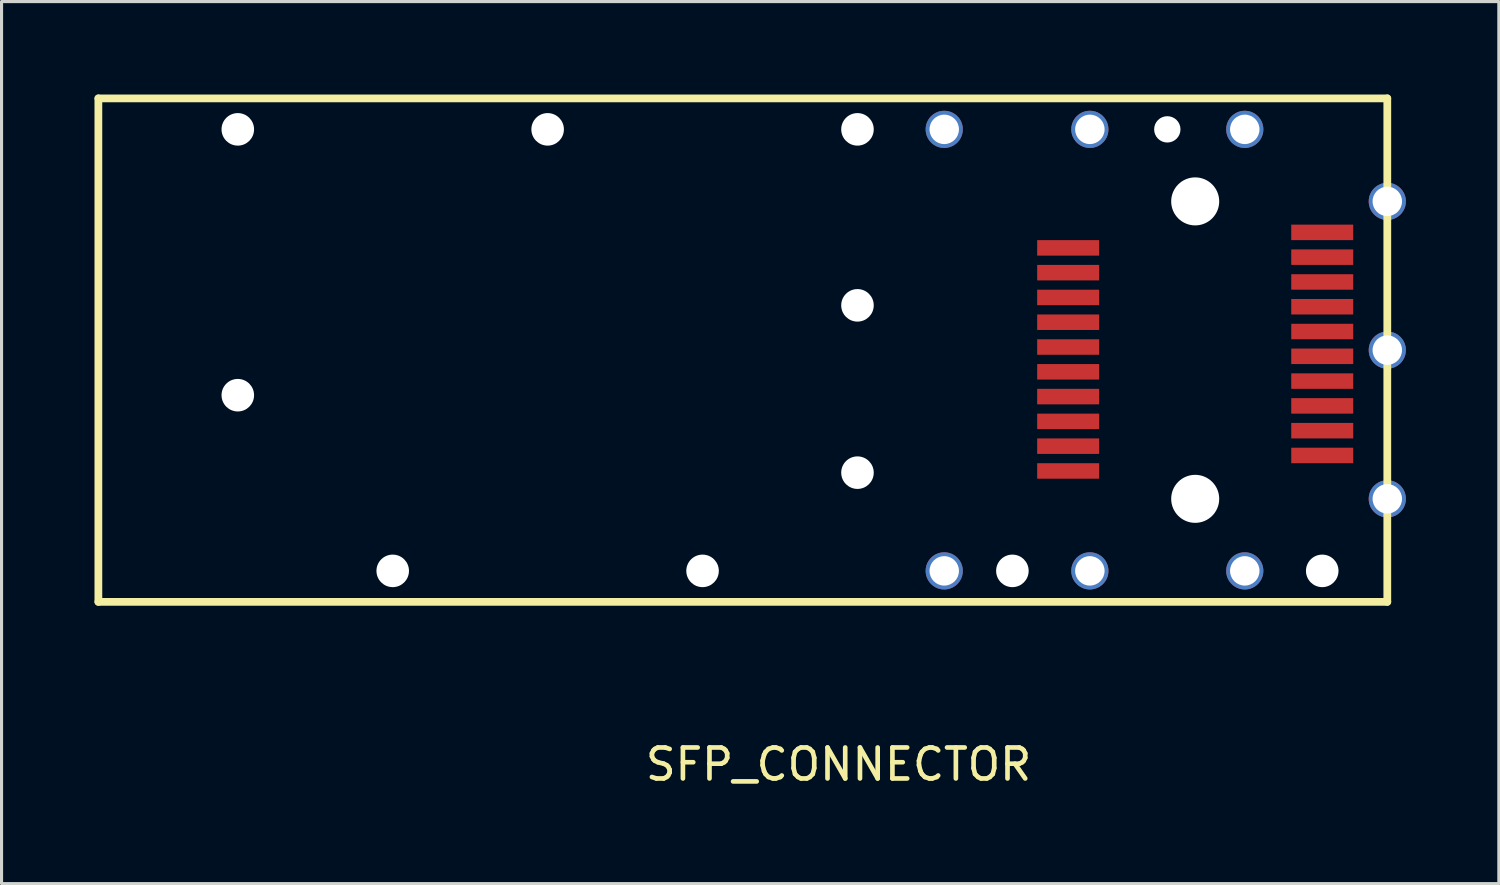
<source format=kicad_pcb>
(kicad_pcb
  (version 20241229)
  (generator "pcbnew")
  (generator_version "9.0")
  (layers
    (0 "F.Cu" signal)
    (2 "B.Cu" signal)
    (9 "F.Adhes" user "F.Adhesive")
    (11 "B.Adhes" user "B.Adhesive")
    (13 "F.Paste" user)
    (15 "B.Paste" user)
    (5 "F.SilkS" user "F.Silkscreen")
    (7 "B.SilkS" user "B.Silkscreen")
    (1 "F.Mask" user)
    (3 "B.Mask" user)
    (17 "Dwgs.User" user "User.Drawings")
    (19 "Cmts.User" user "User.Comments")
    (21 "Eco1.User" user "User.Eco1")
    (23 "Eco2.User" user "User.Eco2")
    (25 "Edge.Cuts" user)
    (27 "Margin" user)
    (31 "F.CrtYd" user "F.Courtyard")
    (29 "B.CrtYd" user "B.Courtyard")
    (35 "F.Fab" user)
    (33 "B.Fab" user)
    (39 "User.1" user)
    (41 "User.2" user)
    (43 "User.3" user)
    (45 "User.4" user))
  (footprint "SFP_CONNECTOR"
    (layer "F.Cu")
    (at 34.625 8.25)
    (property "Reference" "SFP_CONNECTOR" (at -10.61 13.37 0) (layer "F.SilkS") (effects (font (size 1 1) (thickness 0.15))))
    (attr through_hole)
    (fp_line (start -34.5 -8.125) (end -34.5 8.125) (stroke (width 0.25) (type solid)) (layer "F.SilkS"))
    (fp_line (start -34.5 -8.125) (end 7.1 -8.125) (stroke (width 0.25) (type solid)) (layer "F.SilkS"))
    (fp_line (start -34.5 8.125) (end 7.1 8.125) (stroke (width 0.25) (type solid)) (layer "F.SilkS"))
    (fp_line (start 7.1 -8.125) (end 7.1 8.125) (stroke (width 0.25) (type solid)) (layer "F.SilkS"))
    (pad "" np_thru_hole circle (at -30 -7.125) (size 1.05 1.05) (drill 1.05) (layers "*.Cu" "*.Mask"))
    (pad "" np_thru_hole circle (at -30 1.455) (size 1.05 1.05) (drill 1.05) (layers "*.Cu" "*.Mask"))
    (pad "" np_thru_hole circle (at -25 7.125) (size 1.05 1.05) (drill 1.05) (layers "*.Cu" "*.Mask"))
    (pad "" np_thru_hole circle (at -20 -7.125) (size 1.05 1.05) (drill 1.05) (layers "*.Cu" "*.Mask"))
    (pad "" np_thru_hole circle (at -15 7.125) (size 1.05 1.05) (drill 1.05) (layers "*.Cu" "*.Mask"))
    (pad "" np_thru_hole circle (at -10 -7.125) (size 1.05 1.05) (drill 1.05) (layers "*.Cu" "*.Mask"))
    (pad "" np_thru_hole circle (at -10 -1.445) (size 1.05 1.05) (drill 1.05) (layers "*.Cu" "*.Mask"))
    (pad "" np_thru_hole circle (at -10 3.955) (size 1.05 1.05) (drill 1.05) (layers "*.Cu" "*.Mask"))
    (pad "" np_thru_hole circle (at -5 7.125) (size 1.05 1.05) (drill 1.05) (layers "*.Cu" "*.Mask"))
    (pad "" np_thru_hole circle (at 0 -7.125) (size 0.85 0.85) (drill 0.85) (layers "*.Cu" "*.Mask"))
    (pad "" np_thru_hole circle (at 0.9 -4.8) (size 1.55 1.55) (drill 1.55) (layers "*.Cu" "*.Mask"))
    (pad "" np_thru_hole circle (at 0.9 4.8) (size 1.55 1.55) (drill 1.55) (layers "*.Cu" "*.Mask"))
    (pad "" np_thru_hole circle (at 5 7.125) (size 1.05 1.05) (drill 1.05) (layers "*.Cu" "*.Mask"))
    (pad "1" smd rect (at -3.2 -3.3) (size 2 0.5) (layers "F.Cu" "F.Mask" "F.Paste"))
    (pad "2" smd rect (at -3.2 -2.5) (size 2 0.5) (layers "F.Cu" "F.Mask" "F.Paste"))
    (pad "3" smd rect (at -3.2 -1.7) (size 2 0.5) (layers "F.Cu" "F.Mask" "F.Paste"))
    (pad "4" smd rect (at -3.2 -0.9) (size 2 0.5) (layers "F.Cu" "F.Mask" "F.Paste"))
    (pad "5" smd rect (at -3.2 -0.1) (size 2 0.5) (layers "F.Cu" "F.Mask" "F.Paste"))
    (pad "6" smd rect (at -3.2 0.7) (size 2 0.5) (layers "F.Cu" "F.Mask" "F.Paste"))
    (pad "7" smd rect (at -3.2 1.5) (size 2 0.5) (layers "F.Cu" "F.Mask" "F.Paste"))
    (pad "8" smd rect (at -3.2 2.3) (size 2 0.5) (layers "F.Cu" "F.Mask" "F.Paste"))
    (pad "9" smd rect (at -3.2 3.1) (size 2 0.5) (layers "F.Cu" "F.Mask" "F.Paste"))
    (pad "10" smd rect (at -3.2 3.9) (size 2 0.5) (layers "F.Cu" "F.Mask" "F.Paste"))
    (pad "11" smd rect (at 5 3.4) (size 2 0.5) (layers "F.Cu" "F.Mask" "F.Paste"))
    (pad "12" smd rect (at 5 2.6) (size 2 0.5) (layers "F.Cu" "F.Mask" "F.Paste"))
    (pad "13" smd rect (at 5 1.8) (size 2 0.5) (layers "F.Cu" "F.Mask" "F.Paste"))
    (pad "14" smd rect (at 5 1) (size 2 0.5) (layers "F.Cu" "F.Mask" "F.Paste"))
    (pad "15" smd rect (at 5 0.2) (size 2 0.5) (layers "F.Cu" "F.Mask" "F.Paste"))
    (pad "16" smd rect (at 5 -0.6) (size 2 0.5) (layers "F.Cu" "F.Mask" "F.Paste"))
    (pad "17" smd rect (at 5 -1.4) (size 2 0.5) (layers "F.Cu" "F.Mask" "F.Paste"))
    (pad "18" smd rect (at 5 -2.2) (size 2 0.5) (layers "F.Cu" "F.Mask" "F.Paste"))
    (pad "19" smd rect (at 5 -3) (size 2 0.5) (layers "F.Cu" "F.Mask" "F.Paste"))
    (pad "20" smd rect (at 5 -3.8) (size 2 0.5) (layers "F.Cu" "F.Mask" "F.Paste"))
    (pad "G" thru_hole circle (at -7.2 -7.125) (size 1.2 1.2) (drill 0.95) (layers "*.Cu" "*.Mask"))
    (pad "G" thru_hole circle (at -7.2 7.125) (size 1.2 1.2) (drill 0.95) (layers "*.Cu" "*.Mask"))
    (pad "G" thru_hole circle (at -2.5 -7.125) (size 1.2 1.2) (drill 0.95) (layers "*.Cu" "*.Mask"))
    (pad "G" thru_hole circle (at -2.5 7.125) (size 1.2 1.2) (drill 0.95) (layers "*.Cu" "*.Mask"))
    (pad "G" thru_hole circle (at 2.5 -7.125 90) (size 1.2 1.2) (drill 0.95) (layers "*.Cu" "*.Mask"))
    (pad "G" thru_hole circle (at 2.5 7.125) (size 1.2 1.2) (drill 0.95) (layers "*.Cu" "*.Mask"))
    (pad "G" thru_hole circle (at 7.1 -4.8) (size 1.2 1.2) (drill 0.95) (layers "*.Cu" "*.Mask"))
    (pad "G" thru_hole circle (at 7.1 0) (size 1.2 1.2) (drill 0.95) (layers "*.Cu" "*.Mask"))
    (pad "G" thru_hole circle (at 7.1 4.8) (size 1.2 1.2) (drill 0.95) (layers "*.Cu" "*.Mask")))
  (gr_rect
    (start -3 -3)
    (end 45.325 25.468)
    (stroke (width 0.1) (type default))
    (fill no)
    (layer "Edge.Cuts")))
</source>
